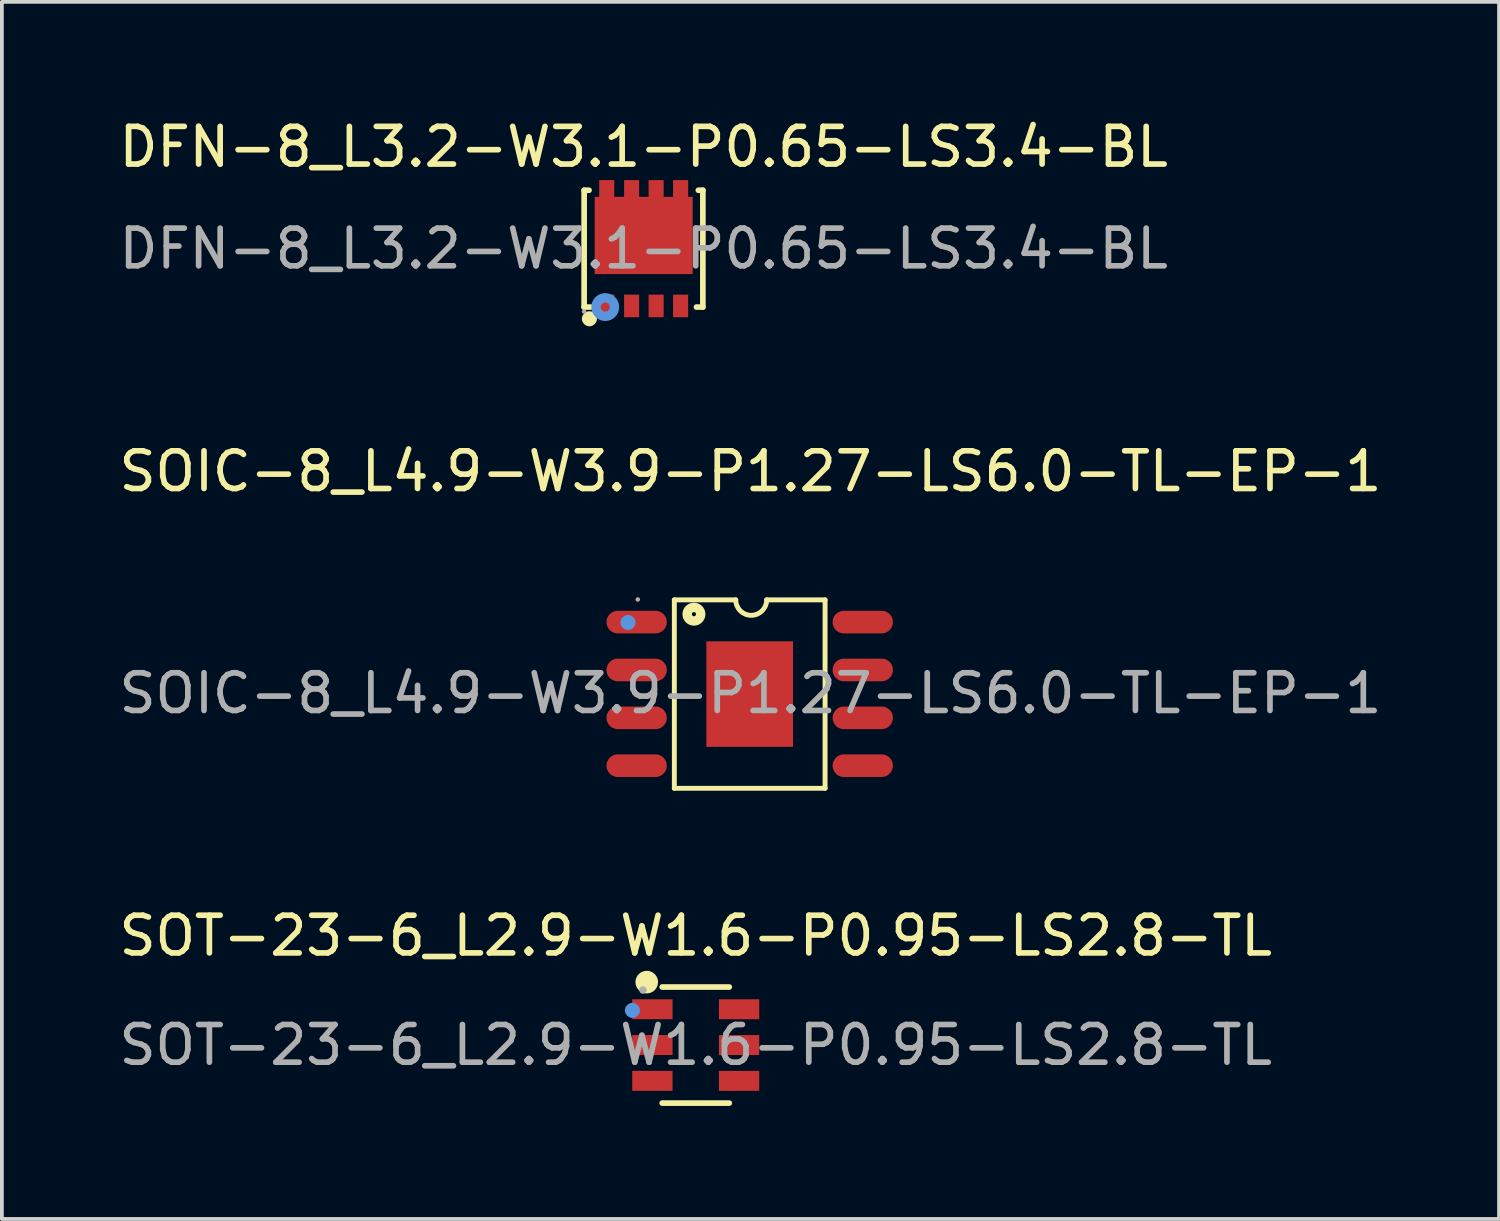
<source format=kicad_pcb>
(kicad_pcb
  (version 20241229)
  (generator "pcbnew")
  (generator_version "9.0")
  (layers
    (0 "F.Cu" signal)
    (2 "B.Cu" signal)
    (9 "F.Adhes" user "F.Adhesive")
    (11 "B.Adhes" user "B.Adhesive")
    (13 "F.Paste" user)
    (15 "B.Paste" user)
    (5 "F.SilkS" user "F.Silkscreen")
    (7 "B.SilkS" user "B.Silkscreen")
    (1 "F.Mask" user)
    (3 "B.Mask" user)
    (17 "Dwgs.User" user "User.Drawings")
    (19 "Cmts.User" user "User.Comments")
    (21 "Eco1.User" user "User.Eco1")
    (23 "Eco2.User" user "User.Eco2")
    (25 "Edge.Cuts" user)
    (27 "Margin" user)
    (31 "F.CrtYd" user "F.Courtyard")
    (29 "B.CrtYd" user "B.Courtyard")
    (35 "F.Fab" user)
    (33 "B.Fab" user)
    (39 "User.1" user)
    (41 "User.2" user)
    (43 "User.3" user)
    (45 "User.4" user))
  (footprint "SOT-23-6_L2.9-W1.6-P0.95-LS2.8-TL"
    (layer "F.Cu")
    (at 15.411 24.68)
    (property "Reference" "SOT-23-6_L2.9-W1.6-P0.95-LS2.8-TL" (at 0 -2.9 0) (layer "F.SilkS") (effects (font (size 1 1) (thickness 0.15))))
    (attr smd)
    (fp_line (start -0.89 -1.54) (end 0.89 -1.54) (stroke (width 0.15) (type solid)) (layer "F.SilkS"))
    (fp_line (start -0.89 1.54) (end 0.89 1.54) (stroke (width 0.15) (type solid)) (layer "F.SilkS"))
    (fp_circle (center -1.3 -1.67) (end -1.15 -1.67) (stroke (width 0.3) (type solid)) (fill no) (layer "F.SilkS"))
    (fp_circle (center -1.68 -0.92) (end -1.58 -0.92) (stroke (width 0.2) (type solid)) (fill no) (layer "Cmts.User"))
    (fp_circle (center -1.4 -1.46) (end -1.35 -1.46) (stroke (width 0.1) (type solid)) (fill no) (layer "F.Fab"))
    (fp_text user "${REFERENCE}" (at 0 0 0) (layer "F.Fab") (effects (font (size 1 1) (thickness 0.15))))
    (pad "1" smd rect (at -1.15 -0.95 270) (size 0.53 1.07) (layers "F.Cu" "F.Mask" "F.Paste"))
    (pad "2" smd rect (at -1.15 0 270) (size 0.53 1.07) (layers "F.Cu" "F.Mask" "F.Paste"))
    (pad "3" smd rect (at -1.15 0.95 270) (size 0.53 1.07) (layers "F.Cu" "F.Mask" "F.Paste"))
    (pad "4" smd rect (at 1.15 0.95 270) (size 0.53 1.07) (layers "F.Cu" "F.Mask" "F.Paste"))
    (pad "5" smd rect (at 1.15 0 270) (size 0.53 1.07) (layers "F.Cu" "F.Mask" "F.Paste"))
    (pad "6" smd rect (at 1.15 -0.95 270) (size 0.53 1.07) (layers "F.Cu" "F.Mask" "F.Paste")))
  (footprint "SOIC-8_L4.9-W3.9-P1.27-LS6.0-TL-EP-1"
    (layer "F.Cu")
    (at 16.863 15.347)
    (property "Reference" "SOIC-8_L4.9-W3.9-P1.27-LS6.0-TL-EP-1" (at 0 -5.89 0) (layer "F.SilkS") (effects (font (size 1 1) (thickness 0.15))))
    (attr smd)
    (fp_line (start -2.02 -2.48) (end -2.02 2.52) (stroke (width 0.13) (type solid)) (layer "F.SilkS"))
    (fp_line (start -2.02 -2.48) (end -0.39 -2.48) (stroke (width 0.13) (type solid)) (layer "F.SilkS"))
    (fp_line (start 1.98 -2.48) (end 0.43 -2.48) (stroke (width 0.13) (type solid)) (layer "F.SilkS"))
    (fp_line (start 1.98 -2.48) (end 1.98 2.52) (stroke (width 0.13) (type solid)) (layer "F.SilkS"))
    (fp_line (start 1.98 2.52) (end -2.02 2.52) (stroke (width 0.13) (type solid)) (layer "F.SilkS"))
    (fp_arc (start 0.43 -2.48) (mid 0.02 -2.07) (end -0.39 -2.48) (stroke (width 0.13) (type solid)) (layer "F.SilkS"))
    (fp_circle (center -1.5 -2.1) (end -1.32 -2.1) (stroke (width 0.25) (type solid)) (fill no) (layer "F.SilkS"))
    (fp_circle (center -3.25 -1.88) (end -3.15 -1.88) (stroke (width 0.2) (type solid)) (fill no) (layer "Cmts.User"))
    (fp_circle (center -2.99 -2.49) (end -2.96 -2.49) (stroke (width 0.06) (type solid)) (fill no) (layer "F.Fab"))
    (fp_text user "${REFERENCE}" (at 0 0 0) (layer "F.Fab") (effects (font (size 1 1) (thickness 0.15))))
    (pad "0" smd rect (at -0.02 0.02 270) (size 2.8 2.3) (layers "F.Cu" "F.Mask" "F.Paste"))
    (pad "1" smd oval (at -3.02 -1.89 270) (size 0.6 1.6) (layers "F.Cu" "F.Mask" "F.Paste"))
    (pad "2" smd oval (at -3.02 -0.62 270) (size 0.6 1.6) (layers "F.Cu" "F.Mask" "F.Paste"))
    (pad "3" smd oval (at -3.02 0.65 270) (size 0.6 1.6) (layers "F.Cu" "F.Mask" "F.Paste"))
    (pad "4" smd oval (at -3.02 1.92 270) (size 0.6 1.6) (layers "F.Cu" "F.Mask" "F.Paste"))
    (pad "5" smd oval (at 2.98 1.92 270) (size 0.6 1.6) (layers "F.Cu" "F.Mask" "F.Paste"))
    (pad "6" smd oval (at 2.98 0.65 270) (size 0.6 1.6) (layers "F.Cu" "F.Mask" "F.Paste"))
    (pad "7" smd oval (at 2.98 -0.62 270) (size 0.6 1.6) (layers "F.Cu" "F.Mask" "F.Paste"))
    (pad "8" smd oval (at 2.98 -1.89 270) (size 0.6 1.6) (layers "F.Cu" "F.Mask" "F.Paste")))
  (footprint "DFN-8_L3.2-W3.1-P0.65-LS3.4-BL"
    (layer "F.Cu")
    (at 14.03 3.548)
    (property "Reference" "DFN-8_L3.2-W3.1-P0.65-LS3.4-BL" (at 0 -2.7 0) (layer "F.SilkS") (effects (font (size 1 1) (thickness 0.15))))
    (attr smd)
    (fp_line (start -1.58 -1.55) (end -1.45 -1.55) (stroke (width 0.15) (type solid)) (layer "F.SilkS"))
    (fp_line (start -1.58 1.55) (end -1.58 -1.55) (stroke (width 0.15) (type solid)) (layer "F.SilkS"))
    (fp_line (start -1.41 1.55) (end -1.58 1.55) (stroke (width 0.15) (type solid)) (layer "F.SilkS"))
    (fp_line (start 1.45 -1.55) (end 1.57 -1.55) (stroke (width 0.15) (type solid)) (layer "F.SilkS"))
    (fp_line (start 1.57 -1.55) (end 1.57 1.55) (stroke (width 0.15) (type solid)) (layer "F.SilkS"))
    (fp_line (start 1.57 1.55) (end 1.4 1.55) (stroke (width 0.15) (type solid)) (layer "F.SilkS"))
    (fp_circle (center -1.44 1.86) (end -1.34 1.86) (stroke (width 0.2) (type solid)) (fill no) (layer "F.SilkS"))
    (fp_circle (center -1.02 1.55) (end -0.9 1.55) (stroke (width 0.25) (type solid)) (fill no) (layer "Cmts.User"))
    (fp_circle (center -1.58 1.67) (end -1.55 1.67) (stroke (width 0.06) (type solid)) (fill no) (layer "F.Fab"))
    (fp_text user "${REFERENCE}" (at 0 0 0) (layer "F.Fab") (effects (font (size 1 1) (thickness 0.15))))
    (pad "1" smd rect (at -0.98 1.52 180) (size 0.4 0.6) (layers "F.Cu" "F.Mask" "F.Paste"))
    (pad "2" smd rect (at -0.32 1.52 180) (size 0.4 0.6) (layers "F.Cu" "F.Mask" "F.Paste"))
    (pad "3" smd rect (at 0.33 1.52 180) (size 0.4 0.6) (layers "F.Cu" "F.Mask" "F.Paste"))
    (pad "4" smd rect (at 0.98 1.52 180) (size 0.4 0.6) (layers "F.Cu" "F.Mask" "F.Paste"))
    (pad "5" smd rect (at 0.98 -1.52 180) (size 0.4 0.6) (layers "F.Cu" "F.Mask" "F.Paste"))
    (pad "6" smd rect (at 0.33 -1.52 180) (size 0.4 0.6) (layers "F.Cu" "F.Mask" "F.Paste"))
    (pad "7" smd rect (at -0.32 -1.52 180) (size 0.4 0.6) (layers "F.Cu" "F.Mask" "F.Paste"))
    (pad "8" smd rect (at -0.98 -1.52 180) (size 0.4 0.6) (layers "F.Cu" "F.Mask" "F.Paste"))
    (pad "9" smd rect (at 0 -0.35) (size 2.6 2.05) (layers "F.Cu" "F.Mask" "F.Paste")))
  (gr_rect
    (start -3 -3)
    (end 36.726 29.295)
    (stroke (width 0.1) (type default))
    (fill no)
    (layer "Edge.Cuts")))
</source>
